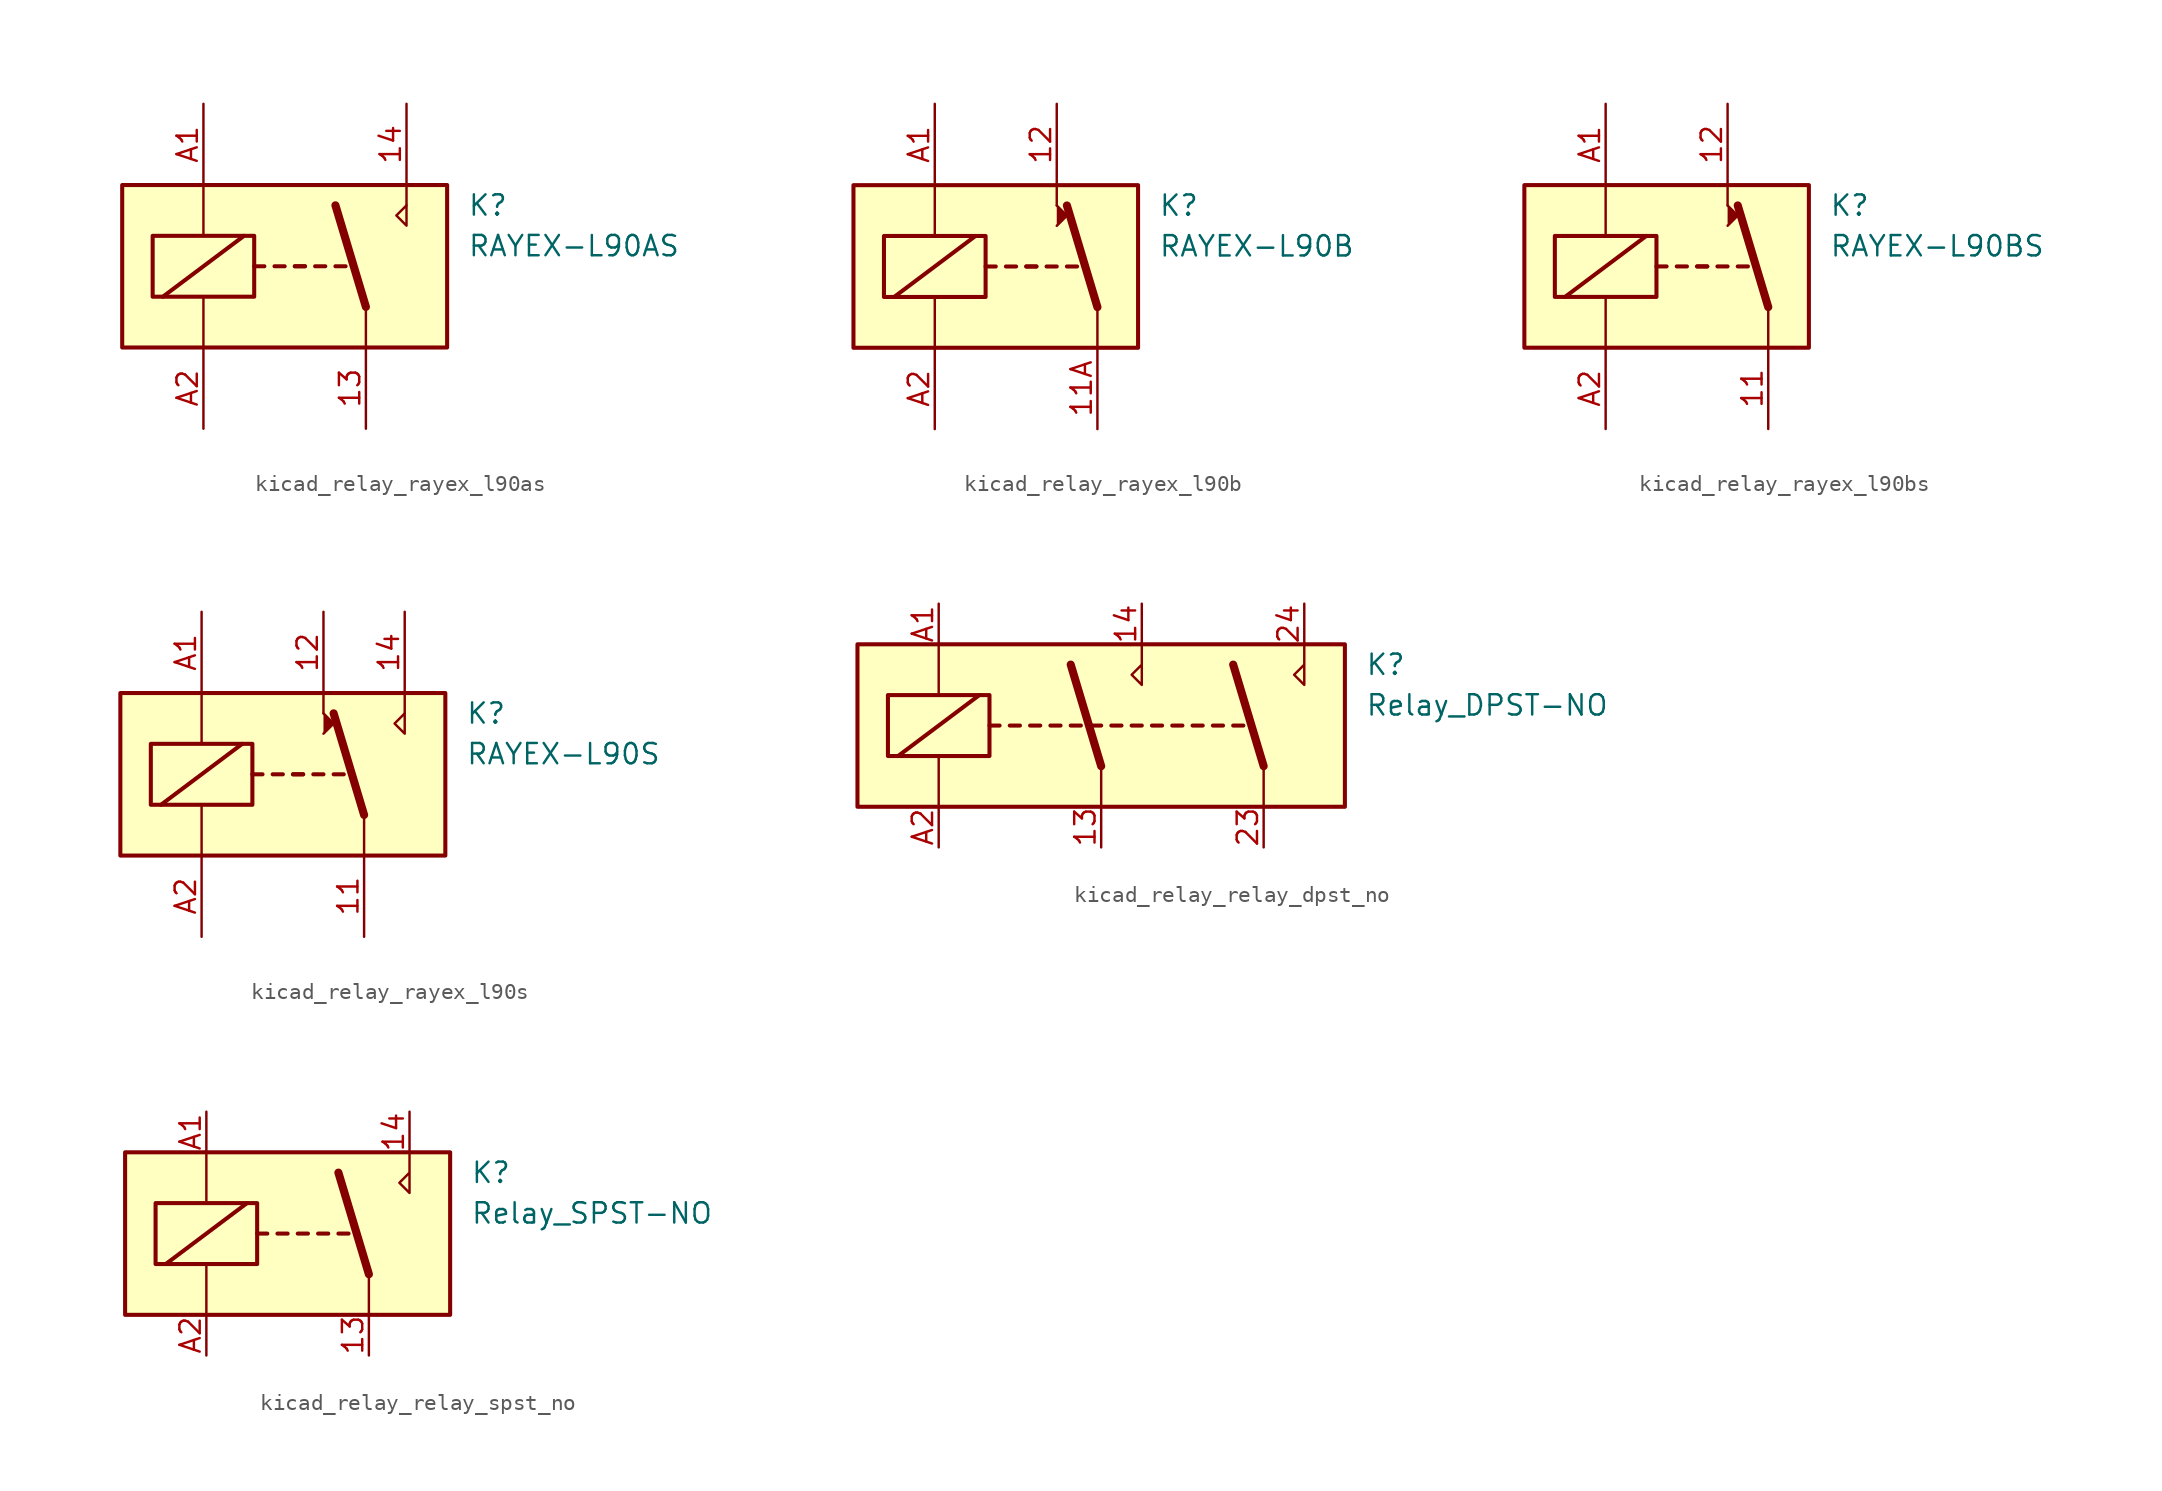
<source format=kicad_sym>
(kicad_symbol_lib
  (version 20220914)
  (generator kicad_symbol_editor)
  (symbol "kicad_relay_rayex_l90as"
    (property "Reference" "K"
      (at 11.43 3.81 0)
      (effects (font (size 1.27 1.27)) (justify left)))
    (property "Value" "RAYEX-L90AS"
      (at 11.43 1.27 0)
      (effects (font (size 1.27 1.27)) (justify left)))
    (symbol "kicad_relay_rayex_l90as_1_0"
      (polyline (pts (xy 7.62 3.81) (xy 7.62 5.08)) (stroke (width 0) (type default)) (fill (type none)))
      (polyline (pts (xy 7.62 3.81) (xy 7.62 2.54) (xy 6.985 3.175) (xy 7.62 3.81)) (stroke (width 0) (type default)) (fill (type none))))
    (symbol "kicad_relay_rayex_l90as_1_1"
      (rectangle (start -10.16 5.08) (end 10.16 -5.08) (stroke (width 0.254) (type default)) (fill (type background)))
      (rectangle (start -8.255 1.905) (end -1.905 -1.905) (stroke (width 0.254) (type default)) (fill (type none)))
      (polyline (pts (xy -7.62 -1.905) (xy -2.54 1.905)) (stroke (width 0.254) (type default)) (fill (type none)))
      (polyline (pts (xy -5.08 -5.08) (xy -5.08 -1.905)) (stroke (width 0) (type default)) (fill (type none)))
      (polyline (pts (xy -5.08 5.08) (xy -5.08 1.905)) (stroke (width 0) (type default)) (fill (type none)))
      (polyline (pts (xy -1.905 0) (xy -1.27 0)) (stroke (width 0.254) (type default)) (fill (type none)))
      (polyline (pts (xy -0.635 0) (xy 0 0)) (stroke (width 0.254) (type default)) (fill (type none)))
      (polyline (pts (xy 0.635 0) (xy 1.27 0)) (stroke (width 0.254) (type default)) (fill (type none)))
      (polyline (pts (xy 0.635 0) (xy 1.27 0)) (stroke (width 0.254) (type default)) (fill (type none)))
      (polyline (pts (xy 1.905 0) (xy 2.54 0)) (stroke (width 0.254) (type default)) (fill (type none)))
      (polyline (pts (xy 3.175 0) (xy 3.81 0)) (stroke (width 0.254) (type default)) (fill (type none)))
      (polyline (pts (xy 5.08 -2.54) (xy 3.175 3.81)) (stroke (width 0.508) (type default)) (fill (type none)))
      (polyline (pts (xy 5.08 -2.54) (xy 5.08 -5.08)) (stroke (width 0) (type default)) (fill (type none)))
      (pin passive line (at 5.08 -10.16 90) (length 5.08) (name "~" (effects (font (size 1.27 1.27)))) (number "13" (effects (font (size 1.27 1.27)))))
      (pin passive line (at 7.62 10.16 270) (length 5.08) (name "~" (effects (font (size 1.27 1.27)))) (number "14" (effects (font (size 1.27 1.27)))))
      (pin passive line (at -5.08 10.16 270) (length 5.08) (name "~" (effects (font (size 1.27 1.27)))) (number "A1" (effects (font (size 1.27 1.27)))))
      (pin passive line (at -5.08 -10.16 90) (length 5.08) (name "~" (effects (font (size 1.27 1.27)))) (number "A2" (effects (font (size 1.27 1.27)))))))
  (symbol "kicad_relay_rayex_l90b"
    (property "Reference" "K"
      (at 8.89 3.81 0)
      (effects (font (size 1.27 1.27)) (justify left)))
    (property "Value" "RAYEX-L90B"
      (at 8.89 1.27 0)
      (effects (font (size 1.27 1.27)) (justify left)))
    (symbol "kicad_relay_rayex_l90b_1_0"
      (polyline (pts (xy 2.54 3.81) (xy 2.54 5.08)) (stroke (width 0) (type default)) (fill (type none))))
    (symbol "kicad_relay_rayex_l90b_1_1"
      (rectangle (start -10.16 5.08) (end 7.62 -5.08) (stroke (width 0.254) (type default)) (fill (type background)))
      (rectangle (start -8.255 1.905) (end -1.905 -1.905) (stroke (width 0.254) (type default)) (fill (type none)))
      (polyline (pts (xy -7.62 -1.905) (xy -2.54 1.905)) (stroke (width 0.254) (type default)) (fill (type none)))
      (polyline (pts (xy -5.08 -5.08) (xy -5.08 -1.905)) (stroke (width 0) (type default)) (fill (type none)))
      (polyline (pts (xy -5.08 5.08) (xy -5.08 1.905)) (stroke (width 0) (type default)) (fill (type none)))
      (polyline (pts (xy -1.905 0) (xy -1.27 0)) (stroke (width 0.254) (type default)) (fill (type none)))
      (polyline (pts (xy -0.635 0) (xy 0 0)) (stroke (width 0.254) (type default)) (fill (type none)))
      (polyline (pts (xy 0.635 0) (xy 1.27 0)) (stroke (width 0.254) (type default)) (fill (type none)))
      (polyline (pts (xy 0.635 0) (xy 1.27 0)) (stroke (width 0.254) (type default)) (fill (type none)))
      (polyline (pts (xy 1.905 0) (xy 2.54 0)) (stroke (width 0.254) (type default)) (fill (type none)))
      (polyline (pts (xy 3.175 0) (xy 3.81 0)) (stroke (width 0.254) (type default)) (fill (type none)))
      (polyline (pts (xy 5.08 -2.54) (xy 3.175 3.81)) (stroke (width 0.508) (type default)) (fill (type none)))
      (polyline (pts (xy 5.08 -2.54) (xy 5.08 -5.08)) (stroke (width 0) (type default)) (fill (type none)))
      (polyline (pts (xy 2.54 2.54) (xy 3.175 3.175) (xy 2.54 3.81)) (stroke (width 0) (type default)) (fill (type outline)))
      (pin passive line (at 5.08 -10.16 90) (length 5.08) (name "~" (effects (font (size 1.27 1.27)))) (number "11A" (effects (font (size 1.27 1.27)))))
      (pin passive line (at 5.08 -10.16 90) (length 5.08) hide (name "~" (effects (font (size 1.27 1.27)))) (number "11B" (effects (font (size 1.27 1.27)))))
      (pin passive line (at 2.54 10.16 270) (length 5.08) (name "~" (effects (font (size 1.27 1.27)))) (number "12" (effects (font (size 1.27 1.27)))))
      (pin passive line (at -5.08 10.16 270) (length 5.08) (name "~" (effects (font (size 1.27 1.27)))) (number "A1" (effects (font (size 1.27 1.27)))))
      (pin passive line (at -5.08 -10.16 90) (length 5.08) (name "~" (effects (font (size 1.27 1.27)))) (number "A2" (effects (font (size 1.27 1.27)))))))
  (symbol "kicad_relay_rayex_l90bs"
    (property "Reference" "K"
      (at 8.89 3.81 0)
      (effects (font (size 1.27 1.27)) (justify left)))
    (property "Value" "RAYEX-L90BS"
      (at 8.89 1.27 0)
      (effects (font (size 1.27 1.27)) (justify left)))
    (symbol "kicad_relay_rayex_l90bs_1_0"
      (polyline (pts (xy 2.54 3.81) (xy 2.54 5.08)) (stroke (width 0) (type default)) (fill (type none))))
    (symbol "kicad_relay_rayex_l90bs_1_1"
      (rectangle (start -10.16 5.08) (end 7.62 -5.08) (stroke (width 0.254) (type default)) (fill (type background)))
      (rectangle (start -8.255 1.905) (end -1.905 -1.905) (stroke (width 0.254) (type default)) (fill (type none)))
      (polyline (pts (xy -7.62 -1.905) (xy -2.54 1.905)) (stroke (width 0.254) (type default)) (fill (type none)))
      (polyline (pts (xy -5.08 -5.08) (xy -5.08 -1.905)) (stroke (width 0) (type default)) (fill (type none)))
      (polyline (pts (xy -5.08 5.08) (xy -5.08 1.905)) (stroke (width 0) (type default)) (fill (type none)))
      (polyline (pts (xy -1.905 0) (xy -1.27 0)) (stroke (width 0.254) (type default)) (fill (type none)))
      (polyline (pts (xy -0.635 0) (xy 0 0)) (stroke (width 0.254) (type default)) (fill (type none)))
      (polyline (pts (xy 0.635 0) (xy 1.27 0)) (stroke (width 0.254) (type default)) (fill (type none)))
      (polyline (pts (xy 0.635 0) (xy 1.27 0)) (stroke (width 0.254) (type default)) (fill (type none)))
      (polyline (pts (xy 1.905 0) (xy 2.54 0)) (stroke (width 0.254) (type default)) (fill (type none)))
      (polyline (pts (xy 3.175 0) (xy 3.81 0)) (stroke (width 0.254) (type default)) (fill (type none)))
      (polyline (pts (xy 5.08 -2.54) (xy 3.175 3.81)) (stroke (width 0.508) (type default)) (fill (type none)))
      (polyline (pts (xy 5.08 -2.54) (xy 5.08 -5.08)) (stroke (width 0) (type default)) (fill (type none)))
      (polyline (pts (xy 2.54 2.54) (xy 3.175 3.175) (xy 2.54 3.81)) (stroke (width 0) (type default)) (fill (type outline)))
      (pin passive line (at 5.08 -10.16 90) (length 5.08) (name "~" (effects (font (size 1.27 1.27)))) (number "11" (effects (font (size 1.27 1.27)))))
      (pin passive line (at 2.54 10.16 270) (length 5.08) (name "~" (effects (font (size 1.27 1.27)))) (number "12" (effects (font (size 1.27 1.27)))))
      (pin passive line (at -5.08 10.16 270) (length 5.08) (name "~" (effects (font (size 1.27 1.27)))) (number "A1" (effects (font (size 1.27 1.27)))))
      (pin passive line (at -5.08 -10.16 90) (length 5.08) (name "~" (effects (font (size 1.27 1.27)))) (number "A2" (effects (font (size 1.27 1.27)))))))
  (symbol "kicad_relay_rayex_l90s"
    (property "Reference" "K"
      (at 11.43 3.81 0)
      (effects (font (size 1.27 1.27)) (justify left)))
    (property "Value" "RAYEX-L90S"
      (at 11.43 1.27 0)
      (effects (font (size 1.27 1.27)) (justify left)))
    (symbol "kicad_relay_rayex_l90s_1_0"
      (polyline (pts (xy 2.54 3.81) (xy 2.54 5.08)) (stroke (width 0) (type default)) (fill (type none)))
      (polyline (pts (xy 7.62 3.81) (xy 7.62 5.08)) (stroke (width 0) (type default)) (fill (type none)))
      (polyline (pts (xy 7.62 3.81) (xy 7.62 2.54) (xy 6.985 3.175) (xy 7.62 3.81)) (stroke (width 0) (type default)) (fill (type none))))
    (symbol "kicad_relay_rayex_l90s_1_1"
      (rectangle (start -10.16 5.08) (end 10.16 -5.08) (stroke (width 0.254) (type default)) (fill (type background)))
      (rectangle (start -8.255 1.905) (end -1.905 -1.905) (stroke (width 0.254) (type default)) (fill (type none)))
      (polyline (pts (xy -7.62 -1.905) (xy -2.54 1.905)) (stroke (width 0.254) (type default)) (fill (type none)))
      (polyline (pts (xy -5.08 -5.08) (xy -5.08 -1.905)) (stroke (width 0) (type default)) (fill (type none)))
      (polyline (pts (xy -5.08 5.08) (xy -5.08 1.905)) (stroke (width 0) (type default)) (fill (type none)))
      (polyline (pts (xy -1.905 0) (xy -1.27 0)) (stroke (width 0.254) (type default)) (fill (type none)))
      (polyline (pts (xy -0.635 0) (xy 0 0)) (stroke (width 0.254) (type default)) (fill (type none)))
      (polyline (pts (xy 0.635 0) (xy 1.27 0)) (stroke (width 0.254) (type default)) (fill (type none)))
      (polyline (pts (xy 0.635 0) (xy 1.27 0)) (stroke (width 0.254) (type default)) (fill (type none)))
      (polyline (pts (xy 1.905 0) (xy 2.54 0)) (stroke (width 0.254) (type default)) (fill (type none)))
      (polyline (pts (xy 3.175 0) (xy 3.81 0)) (stroke (width 0.254) (type default)) (fill (type none)))
      (polyline (pts (xy 5.08 -2.54) (xy 3.175 3.81)) (stroke (width 0.508) (type default)) (fill (type none)))
      (polyline (pts (xy 5.08 -2.54) (xy 5.08 -5.08)) (stroke (width 0) (type default)) (fill (type none)))
      (polyline (pts (xy 2.54 2.54) (xy 3.175 3.175) (xy 2.54 3.81)) (stroke (width 0) (type default)) (fill (type outline)))
      (pin passive line (at 5.08 -10.16 90) (length 5.08) (name "~" (effects (font (size 1.27 1.27)))) (number "11" (effects (font (size 1.27 1.27)))))
      (pin passive line (at 2.54 10.16 270) (length 5.08) (name "~" (effects (font (size 1.27 1.27)))) (number "12" (effects (font (size 1.27 1.27)))))
      (pin passive line (at 7.62 10.16 270) (length 5.08) (name "~" (effects (font (size 1.27 1.27)))) (number "14" (effects (font (size 1.27 1.27)))))
      (pin passive line (at -5.08 10.16 270) (length 5.08) (name "~" (effects (font (size 1.27 1.27)))) (number "A1" (effects (font (size 1.27 1.27)))))
      (pin passive line (at -5.08 -10.16 90) (length 5.08) (name "~" (effects (font (size 1.27 1.27)))) (number "A2" (effects (font (size 1.27 1.27)))))))
  (symbol "kicad_relay_relay_dpst_no"
    (property "Reference" "K"
      (at 16.51 3.81 0)
      (effects (font (size 1.27 1.27)) (justify left)))
    (property "Value" "Relay_DPST-NO"
      (at 16.51 1.27 0)
      (effects (font (size 1.27 1.27)) (justify left)))
    (symbol "kicad_relay_relay_dpst_no_0_1"
      (rectangle (start -15.24 5.08) (end 15.24 -5.08) (stroke (width 0.254) (type default)) (fill (type background)))
      (rectangle (start -13.335 1.905) (end -6.985 -1.905) (stroke (width 0.254) (type default)) (fill (type none)))
      (polyline (pts (xy -12.7 -1.905) (xy -7.62 1.905)) (stroke (width 0.254) (type default)) (fill (type none)))
      (polyline (pts (xy -10.16 -5.08) (xy -10.16 -1.905)) (stroke (width 0) (type default)) (fill (type none)))
      (polyline (pts (xy -10.16 5.08) (xy -10.16 1.905)) (stroke (width 0) (type default)) (fill (type none)))
      (polyline (pts (xy -6.985 0) (xy -6.35 0)) (stroke (width 0.254) (type default)) (fill (type none)))
      (polyline (pts (xy -5.715 0) (xy -5.08 0)) (stroke (width 0.254) (type default)) (fill (type none)))
      (polyline (pts (xy -4.445 0) (xy -3.81 0)) (stroke (width 0.254) (type default)) (fill (type none)))
      (polyline (pts (xy -3.175 0) (xy -2.54 0)) (stroke (width 0.254) (type default)) (fill (type none)))
      (polyline (pts (xy -1.905 0) (xy -1.27 0)) (stroke (width 0.254) (type default)) (fill (type none)))
      (polyline (pts (xy -0.635 0) (xy 0 0)) (stroke (width 0.254) (type default)) (fill (type none)))
      (polyline (pts (xy 0 -2.54) (xy -1.905 3.81)) (stroke (width 0.508) (type default)) (fill (type none)))
      (polyline (pts (xy 0 -2.54) (xy 0 -5.08)) (stroke (width 0) (type default)) (fill (type none)))
      (polyline (pts (xy 0.635 0) (xy 1.27 0)) (stroke (width 0.254) (type default)) (fill (type none)))
      (polyline (pts (xy 1.905 0) (xy 2.54 0)) (stroke (width 0.254) (type default)) (fill (type none)))
      (polyline (pts (xy 3.175 0) (xy 3.81 0)) (stroke (width 0.254) (type default)) (fill (type none)))
      (polyline (pts (xy 4.445 0) (xy 5.08 0)) (stroke (width 0.254) (type default)) (fill (type none)))
      (polyline (pts (xy 5.715 0) (xy 6.35 0)) (stroke (width 0.254) (type default)) (fill (type none)))
      (polyline (pts (xy 6.985 0) (xy 7.62 0)) (stroke (width 0.254) (type default)) (fill (type none)))
      (polyline (pts (xy 8.255 0) (xy 8.89 0)) (stroke (width 0.254) (type default)) (fill (type none)))
      (polyline (pts (xy 10.16 -2.54) (xy 8.255 3.81)) (stroke (width 0.508) (type default)) (fill (type none)))
      (polyline (pts (xy 10.16 -2.54) (xy 10.16 -5.08)) (stroke (width 0) (type default)) (fill (type none)))
      (polyline (pts (xy 2.54 5.08) (xy 2.54 2.54) (xy 1.905 3.175) (xy 2.54 3.81)) (stroke (width 0) (type default)) (fill (type none)))
      (polyline (pts (xy 12.7 5.08) (xy 12.7 2.54) (xy 12.065 3.175) (xy 12.7 3.81)) (stroke (width 0) (type default)) (fill (type none))))
    (symbol "kicad_relay_relay_dpst_no_1_1"
      (pin passive line (at 0 -7.62 90) (length 2.54) (name "~" (effects (font (size 1.27 1.27)))) (number "13" (effects (font (size 1.27 1.27)))))
      (pin passive line (at 2.54 7.62 270) (length 2.54) (name "~" (effects (font (size 1.27 1.27)))) (number "14" (effects (font (size 1.27 1.27)))))
      (pin passive line (at 10.16 -7.62 90) (length 2.54) (name "~" (effects (font (size 1.27 1.27)))) (number "23" (effects (font (size 1.27 1.27)))))
      (pin passive line (at 12.7 7.62 270) (length 2.54) (name "~" (effects (font (size 1.27 1.27)))) (number "24" (effects (font (size 1.27 1.27)))))
      (pin passive line (at -10.16 7.62 270) (length 2.54) (name "~" (effects (font (size 1.27 1.27)))) (number "A1" (effects (font (size 1.27 1.27)))))
      (pin passive line (at -10.16 -7.62 90) (length 2.54) (name "~" (effects (font (size 1.27 1.27)))) (number "A2" (effects (font (size 1.27 1.27)))))))
  (symbol "kicad_relay_relay_spst_no"
    (property "Reference" "K"
      (at 11.43 3.81 0)
      (effects (font (size 1.27 1.27)) (justify left)))
    (property "Value" "Relay_SPST-NO"
      (at 11.43 1.27 0)
      (effects (font (size 1.27 1.27)) (justify left)))
    (symbol "kicad_relay_relay_spst_no_0_0"
      (polyline (pts (xy 7.62 5.08) (xy 7.62 2.54) (xy 6.985 3.175) (xy 7.62 3.81)) (stroke (width 0) (type default)) (fill (type none))))
    (symbol "kicad_relay_relay_spst_no_0_1"
      (rectangle (start -10.16 5.08) (end 10.16 -5.08) (stroke (width 0.254) (type default)) (fill (type background)))
      (rectangle (start -8.255 1.905) (end -1.905 -1.905) (stroke (width 0.254) (type default)) (fill (type none)))
      (polyline (pts (xy -7.62 -1.905) (xy -2.54 1.905)) (stroke (width 0.254) (type default)) (fill (type none)))
      (polyline (pts (xy -5.08 -5.08) (xy -5.08 -1.905)) (stroke (width 0) (type default)) (fill (type none)))
      (polyline (pts (xy -5.08 5.08) (xy -5.08 1.905)) (stroke (width 0) (type default)) (fill (type none)))
      (polyline (pts (xy -1.905 0) (xy -1.27 0)) (stroke (width 0.254) (type default)) (fill (type none)))
      (polyline (pts (xy -0.635 0) (xy 0 0)) (stroke (width 0.254) (type default)) (fill (type none)))
      (polyline (pts (xy 0.635 0) (xy 1.27 0)) (stroke (width 0.254) (type default)) (fill (type none)))
      (polyline (pts (xy 1.905 0) (xy 2.54 0)) (stroke (width 0.254) (type default)) (fill (type none)))
      (polyline (pts (xy 3.175 0) (xy 3.81 0)) (stroke (width 0.254) (type default)) (fill (type none)))
      (polyline (pts (xy 5.08 -2.54) (xy 3.175 3.81)) (stroke (width 0.508) (type default)) (fill (type none)))
      (polyline (pts (xy 5.08 -2.54) (xy 5.08 -5.08)) (stroke (width 0) (type default)) (fill (type none))))
    (symbol "kicad_relay_relay_spst_no_1_1"
      (pin passive line (at 5.08 -7.62 90) (length 2.54) (name "~" (effects (font (size 1.27 1.27)))) (number "13" (effects (font (size 1.27 1.27)))))
      (pin passive line (at 7.62 7.62 270) (length 2.54) (name "~" (effects (font (size 1.27 1.27)))) (number "14" (effects (font (size 1.27 1.27)))))
      (pin passive line (at -5.08 7.62 270) (length 2.54) (name "~" (effects (font (size 1.27 1.27)))) (number "A1" (effects (font (size 1.27 1.27)))))
      (pin passive line (at -5.08 -7.62 90) (length 2.54) (name "~" (effects (font (size 1.27 1.27)))) (number "A2" (effects (font (size 1.27 1.27))))))))
</source>
